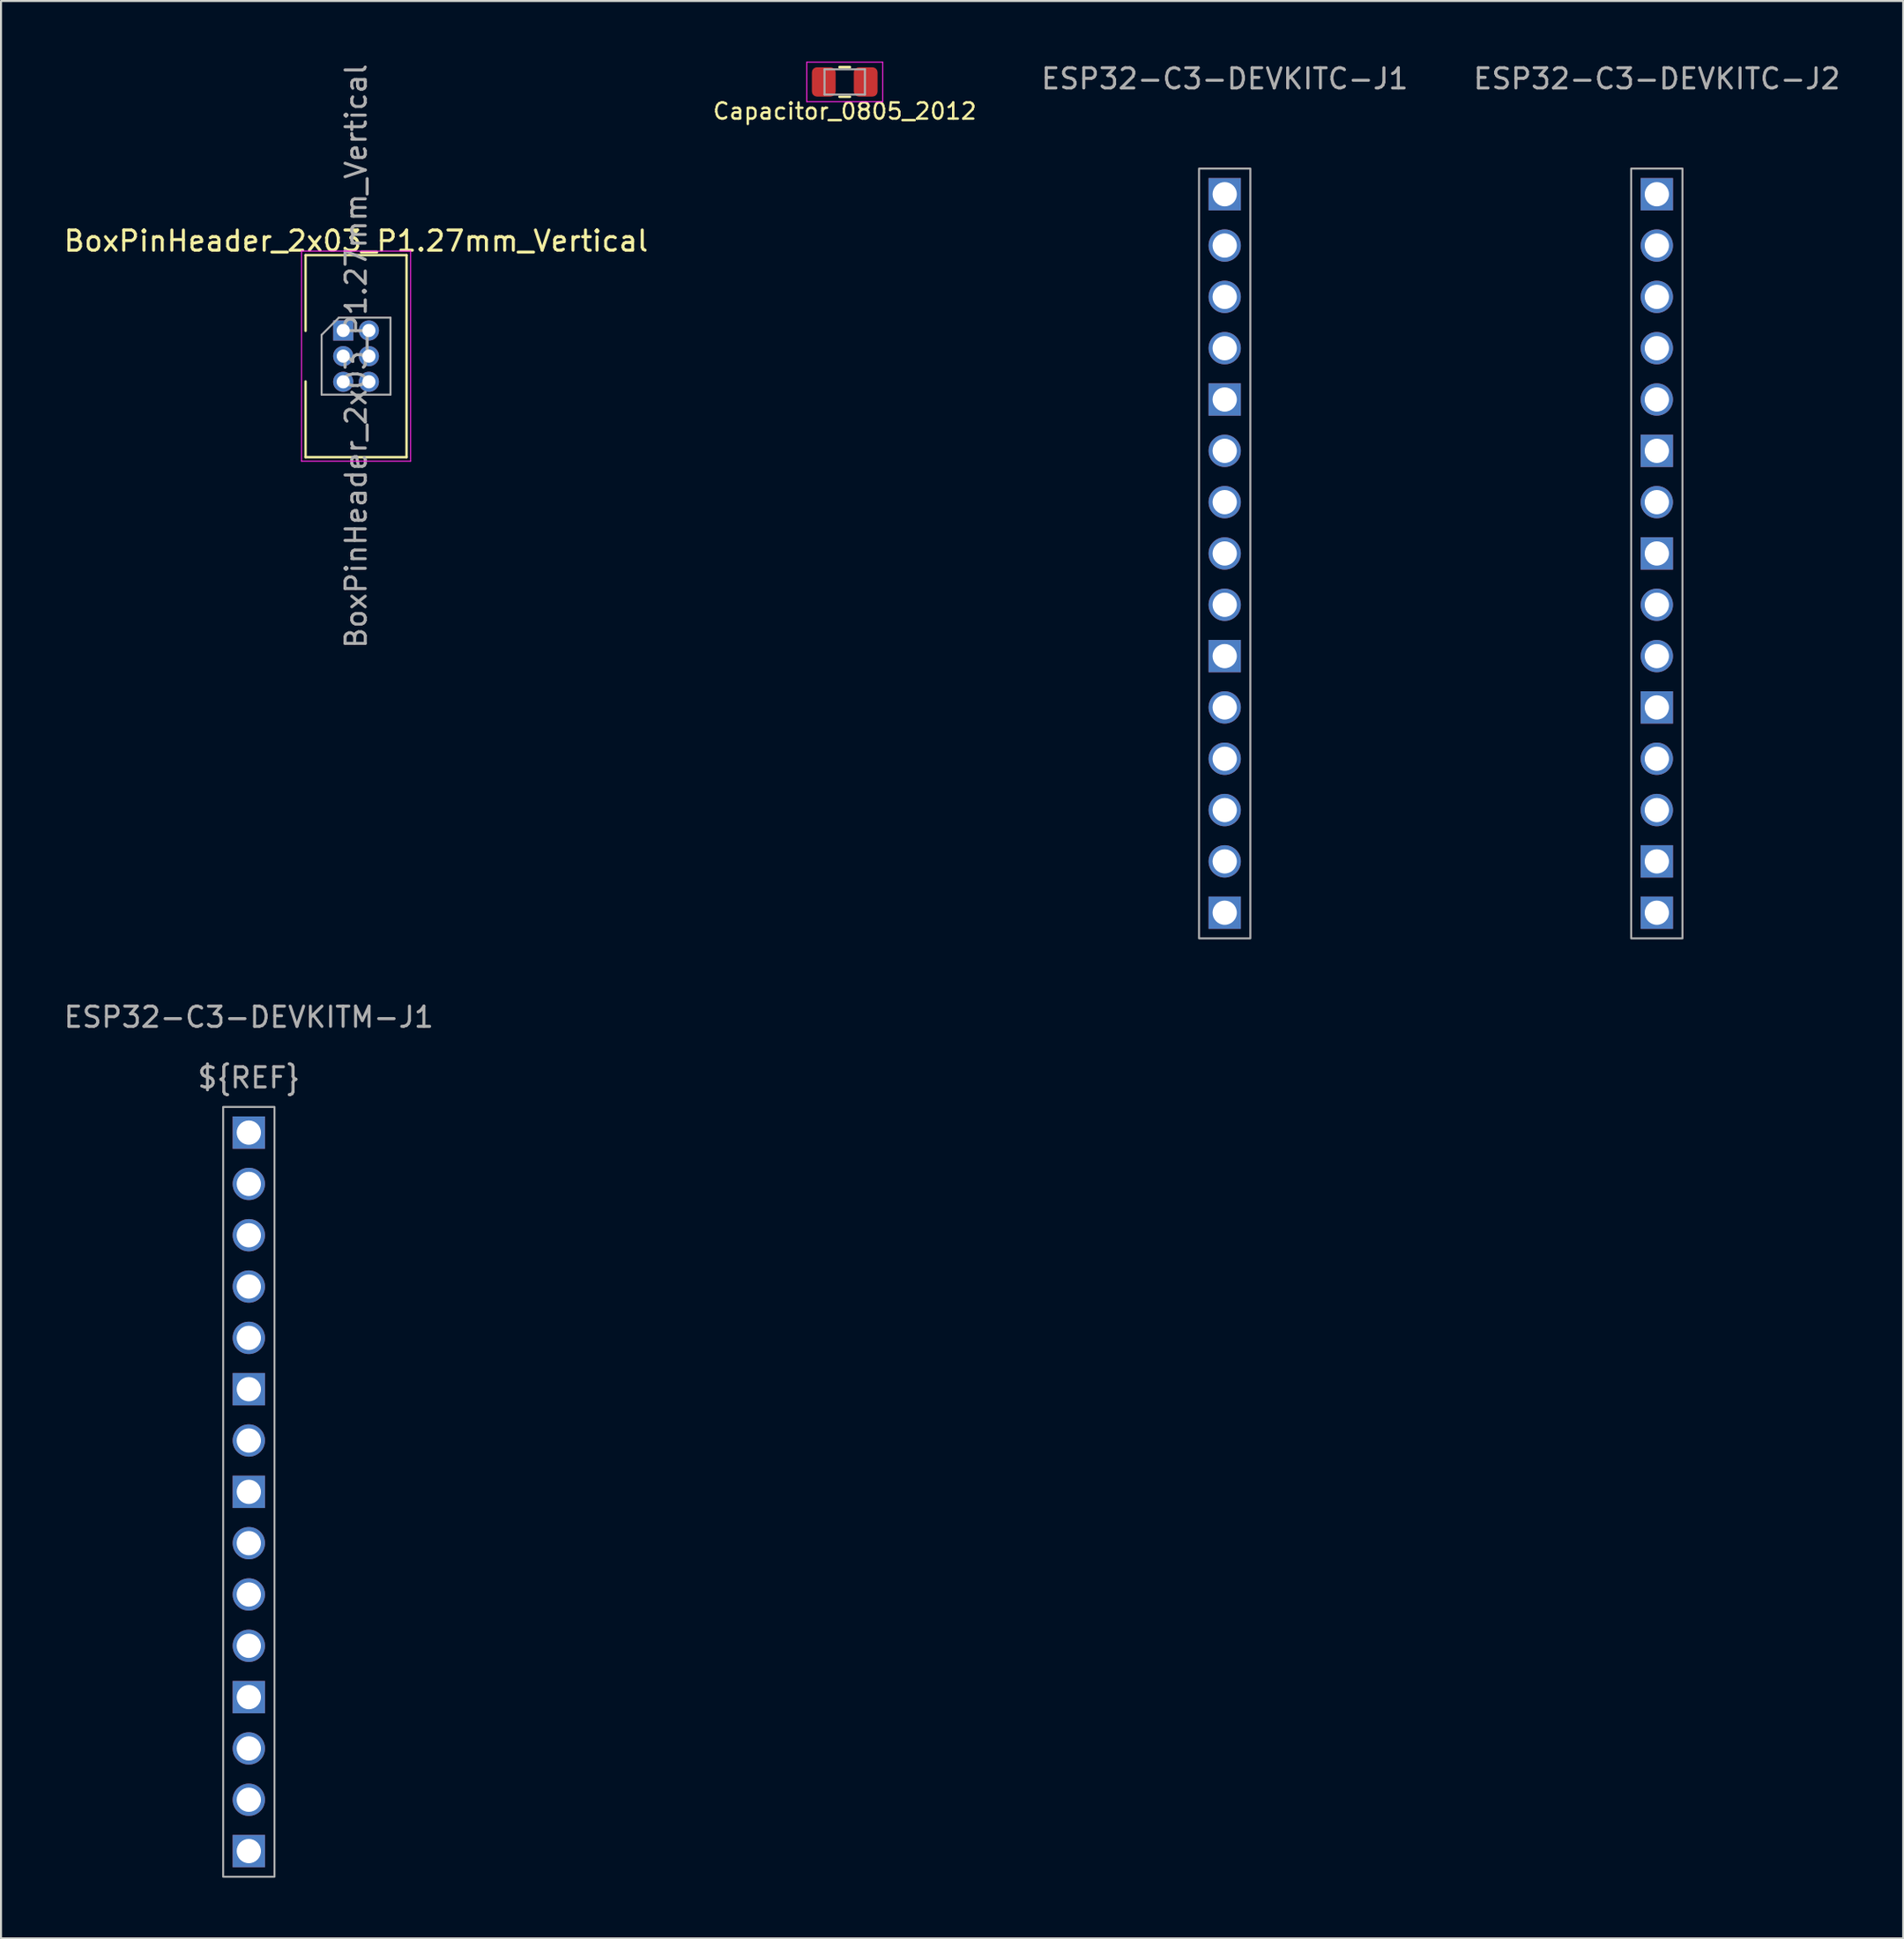
<source format=kicad_pcb>
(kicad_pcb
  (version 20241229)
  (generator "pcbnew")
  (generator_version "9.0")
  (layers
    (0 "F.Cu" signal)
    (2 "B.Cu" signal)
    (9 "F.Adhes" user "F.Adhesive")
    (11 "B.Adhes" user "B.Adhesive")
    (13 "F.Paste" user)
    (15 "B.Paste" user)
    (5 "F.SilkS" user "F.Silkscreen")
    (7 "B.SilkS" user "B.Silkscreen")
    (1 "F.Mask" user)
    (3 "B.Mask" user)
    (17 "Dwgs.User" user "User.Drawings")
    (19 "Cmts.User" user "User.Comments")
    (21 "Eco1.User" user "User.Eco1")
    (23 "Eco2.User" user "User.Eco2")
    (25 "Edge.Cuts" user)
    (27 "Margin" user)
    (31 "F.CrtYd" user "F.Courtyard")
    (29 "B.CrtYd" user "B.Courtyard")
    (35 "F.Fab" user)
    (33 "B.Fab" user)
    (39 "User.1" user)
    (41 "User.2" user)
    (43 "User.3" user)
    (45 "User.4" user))
  (footprint "Capacitor_0805_2012"
    (layer "F.Cu")
    (at 38.769 1.005)
    (property "Reference" "Capacitor_0805_2012" (at 0 1.45 180) (layer "F.SilkS") (effects (font (size 0.8 0.8) (thickness 0.12))))
    (attr smd)
    (fp_line (start -0.261 -0.735) (end 0.261 -0.735) (stroke (width 0.12) (type solid)) (layer "F.SilkS"))
    (fp_line (start -0.261 0.735) (end 0.261 0.735) (stroke (width 0.12) (type solid)) (layer "F.SilkS"))
    (fp_line (start -1.88 -0.98) (end 1.88 -0.98) (stroke (width 0.05) (type solid)) (layer "F.CrtYd"))
    (fp_line (start -1.88 0.98) (end -1.88 -0.98) (stroke (width 0.05) (type solid)) (layer "F.CrtYd"))
    (fp_line (start 1.88 -0.98) (end 1.88 0.98) (stroke (width 0.05) (type solid)) (layer "F.CrtYd"))
    (fp_line (start 1.88 0.98) (end -1.88 0.98) (stroke (width 0.05) (type solid)) (layer "F.CrtYd"))
    (fp_line (start -1 -0.625) (end 1 -0.625) (stroke (width 0.1) (type solid)) (layer "F.Fab"))
    (fp_line (start -1 0.625) (end -1 -0.625) (stroke (width 0.1) (type solid)) (layer "F.Fab"))
    (fp_line (start 1 -0.625) (end 1 0.625) (stroke (width 0.1) (type solid)) (layer "F.Fab"))
    (fp_line (start 1 0.625) (end -1 0.625) (stroke (width 0.1) (type solid)) (layer "F.Fab"))
    (pad "1" smd roundrect (at -1.038 0) (size 1.175 1.45) (layers "F.Cu" "F.Mask" "F.Paste") (roundrect_rratio 0.213))
    (pad "2" smd roundrect (at 1.038 0) (size 1.175 1.45) (layers "F.Cu" "F.Mask" "F.Paste") (roundrect_rratio 0.213)))
  (footprint "ESP32-C3-DEVKITC-J2"
    (layer "F.Cu")
    (at 77.703 5.293)
    (property "Reference" "ESP32-C3-DEVKITC-J2" (at 1.27 -4.445 0) (unlocked yes) (layer "F.Fab") (effects (font (size 1 1) (thickness 0.15))))
    (attr smd)
    (fp_rect (start 0 0) (end 2.54 38.1) (stroke (width 0.1) (type solid)) (fill no) (layer "F.Fab"))
    (pad "1" thru_hole rect (at 1.27 1.27) (size 1.6 1.6) (drill 1.2) (layers "*.Cu" "*.Mask"))
    (pad "2" thru_hole circle (at 1.27 3.81) (size 1.6 1.6) (drill 1.2) (layers "*.Cu" "*.Mask"))
    (pad "3" thru_hole circle (at 1.27 6.35) (size 1.6 1.6) (drill 1.2) (layers "*.Cu" "*.Mask"))
    (pad "4" thru_hole circle (at 1.27 8.89) (size 1.6 1.6) (drill 1.2) (layers "*.Cu" "*.Mask"))
    (pad "5" thru_hole circle (at 1.27 11.43) (size 1.6 1.6) (drill 1.2) (layers "*.Cu" "*.Mask"))
    (pad "6" thru_hole rect (at 1.27 13.97) (size 1.6 1.6) (drill 1.2) (layers "*.Cu" "*.Mask"))
    (pad "7" thru_hole circle (at 1.27 16.51) (size 1.6 1.6) (drill 1.2) (layers "*.Cu" "*.Mask"))
    (pad "8" thru_hole rect (at 1.27 19.05) (size 1.6 1.6) (drill 1.2) (layers "*.Cu" "*.Mask"))
    (pad "9" thru_hole circle (at 1.27 21.59) (size 1.6 1.6) (drill 1.2) (layers "*.Cu" "*.Mask"))
    (pad "10" thru_hole circle (at 1.27 24.13) (size 1.6 1.6) (drill 1.2) (layers "*.Cu" "*.Mask"))
    (pad "11" thru_hole rect (at 1.27 26.67) (size 1.6 1.6) (drill 1.2) (layers "*.Cu" "*.Mask"))
    (pad "12" thru_hole circle (at 1.27 29.21) (size 1.6 1.6) (drill 1.2) (layers "*.Cu" "*.Mask"))
    (pad "13" thru_hole circle (at 1.27 31.75) (size 1.6 1.6) (drill 1.2) (layers "*.Cu" "*.Mask"))
    (pad "14" thru_hole rect (at 1.27 34.29) (size 1.6 1.6) (drill 1.2) (layers "*.Cu" "*.Mask"))
    (pad "15" thru_hole rect (at 1.27 36.83) (size 1.6 1.6) (drill 1.2) (layers "*.Cu" "*.Mask")))
  (footprint "ESP32-C3-DEVKITC-J1"
    (layer "F.Cu")
    (at 56.31 5.293)
    (property "Reference" "ESP32-C3-DEVKITC-J1" (at 1.27 -4.445 0) (unlocked yes) (layer "F.Fab") (effects (font (size 1 1) (thickness 0.15))))
    (attr smd)
    (fp_rect (start 0 0) (end 2.54 38.1) (stroke (width 0.1) (type solid)) (fill no) (layer "F.Fab"))
    (pad "1" thru_hole rect (at 1.27 1.27) (size 1.6 1.6) (drill 1.2) (layers "*.Cu" "*.Mask"))
    (pad "2" thru_hole circle (at 1.27 3.81) (size 1.6 1.6) (drill 1.2) (layers "*.Cu" "*.Mask"))
    (pad "3" thru_hole circle (at 1.27 6.35) (size 1.6 1.6) (drill 1.2) (layers "*.Cu" "*.Mask"))
    (pad "4" thru_hole circle (at 1.27 8.89) (size 1.6 1.6) (drill 1.2) (layers "*.Cu" "*.Mask"))
    (pad "5" thru_hole rect (at 1.27 11.43) (size 1.6 1.6) (drill 1.2) (layers "*.Cu" "*.Mask"))
    (pad "6" thru_hole circle (at 1.27 13.97) (size 1.6 1.6) (drill 1.2) (layers "*.Cu" "*.Mask"))
    (pad "7" thru_hole circle (at 1.27 16.51) (size 1.6 1.6) (drill 1.2) (layers "*.Cu" "*.Mask"))
    (pad "8" thru_hole circle (at 1.27 19.05) (size 1.6 1.6) (drill 1.2) (layers "*.Cu" "*.Mask"))
    (pad "9" thru_hole circle (at 1.27 21.59) (size 1.6 1.6) (drill 1.2) (layers "*.Cu" "*.Mask"))
    (pad "10" thru_hole rect (at 1.27 24.13) (size 1.6 1.6) (drill 1.2) (layers "*.Cu" "*.Mask"))
    (pad "11" thru_hole circle (at 1.27 26.67) (size 1.6 1.6) (drill 1.2) (layers "*.Cu" "*.Mask"))
    (pad "12" thru_hole circle (at 1.27 29.21) (size 1.6 1.6) (drill 1.2) (layers "*.Cu" "*.Mask"))
    (pad "13" thru_hole circle (at 1.27 31.75) (size 1.6 1.6) (drill 1.2) (layers "*.Cu" "*.Mask"))
    (pad "14" thru_hole circle (at 1.27 34.29) (size 1.6 1.6) (drill 1.2) (layers "*.Cu" "*.Mask"))
    (pad "15" thru_hole rect (at 1.27 36.83) (size 1.6 1.6) (drill 1.2) (layers "*.Cu" "*.Mask")))
  (footprint "BoxPinHeader_2x03_P1.27mm_Vertical"
    (layer "F.Cu")
    (at 14.577 14.577)
    (property "Reference" "BoxPinHeader_2x03_P1.27mm_Vertical" (at 0 -5.7 0) (layer "F.SilkS") (effects (font (size 1 1) (thickness 0.15))))
    (attr through_hole)
    (fp_line (start -2.5 -5) (end -2.5 -1.25) (stroke (width 0.12) (type solid)) (layer "F.SilkS"))
    (fp_line (start -2.5 -5) (end 2.5 -5) (stroke (width 0.12) (type solid)) (layer "F.SilkS"))
    (fp_line (start -2.5 1.25) (end -2.5 5) (stroke (width 0.12) (type solid)) (layer "F.SilkS"))
    (fp_line (start -2.5 5) (end 2.5 5) (stroke (width 0.12) (type solid)) (layer "F.SilkS"))
    (fp_line (start 2.5 -5) (end 2.5 5) (stroke (width 0.12) (type solid)) (layer "F.SilkS"))
    (fp_line (start -2.7 -5.2) (end -2.7 5.2) (stroke (width 0.05) (type solid)) (layer "F.CrtYd"))
    (fp_line (start -2.7 5.2) (end 2.7 5.2) (stroke (width 0.05) (type solid)) (layer "F.CrtYd"))
    (fp_line (start 2.7 -5.2) (end -2.7 -5.2) (stroke (width 0.05) (type solid)) (layer "F.CrtYd"))
    (fp_line (start 2.7 5.2) (end 2.7 -5.2) (stroke (width 0.05) (type solid)) (layer "F.CrtYd"))
    (fp_line (start -1.705 -1.052) (end -0.853 -1.905) (stroke (width 0.1) (type solid)) (layer "F.Fab"))
    (fp_line (start -1.705 1.905) (end -1.705 -1.052) (stroke (width 0.1) (type solid)) (layer "F.Fab"))
    (fp_line (start -0.853 -1.905) (end 1.705 -1.905) (stroke (width 0.1) (type solid)) (layer "F.Fab"))
    (fp_line (start 1.705 -1.905) (end 1.705 1.905) (stroke (width 0.1) (type solid)) (layer "F.Fab"))
    (fp_line (start 1.705 1.905) (end -1.705 1.905) (stroke (width 0.1) (type solid)) (layer "F.Fab"))
    (fp_text user "${REFERENCE}" (at 0 0 90) (layer "F.Fab") (effects (font (size 1 1) (thickness 0.15))))
    (pad "1" thru_hole rect (at -0.635 -1.27) (size 1 1) (drill 0.65) (layers "*.Cu" "*.Mask"))
    (pad "2" thru_hole oval (at 0.635 -1.27) (size 1 1) (drill 0.65) (layers "*.Cu" "*.Mask"))
    (pad "3" thru_hole oval (at -0.635 0) (size 1 1) (drill 0.65) (layers "*.Cu" "*.Mask"))
    (pad "4" thru_hole oval (at 0.635 0) (size 1 1) (drill 0.65) (layers "*.Cu" "*.Mask"))
    (pad "5" thru_hole oval (at -0.635 1.27) (size 1 1) (drill 0.65) (layers "*.Cu" "*.Mask"))
    (pad "6" thru_hole oval (at 0.635 1.27) (size 1 1) (drill 0.65) (layers "*.Cu" "*.Mask")))
  (footprint "ESP32-C3-DEVKITM-J1"
    (layer "F.Cu")
    (at 7.998 51.736)
    (property "Reference" "ESP32-C3-DEVKITM-J1" (at 1.27 -4.445 0) (unlocked yes) (layer "F.Fab") (effects (font (size 1 1) (thickness 0.15))))
    (attr smd)
    (fp_rect (start 0 0) (end 2.54 38.1) (stroke (width 0.1) (type solid)) (fill no) (layer "F.Fab"))
    (fp_text user "${REF}" (at 1.27 -1.445 0) (unlocked yes) (layer "F.Fab") (effects (font (size 1 1) (thickness 0.15))))
    (pad "1" thru_hole rect (at 1.27 1.27) (size 1.6 1.6) (drill 1.2) (layers "*.Cu" "*.Mask"))
    (pad "2" thru_hole circle (at 1.27 3.81) (size 1.6 1.6) (drill 1.2) (layers "*.Cu" "*.Mask"))
    (pad "3" thru_hole circle (at 1.27 6.35) (size 1.6 1.6) (drill 1.2) (layers "*.Cu" "*.Mask"))
    (pad "4" thru_hole circle (at 1.27 8.89) (size 1.6 1.6) (drill 1.2) (layers "*.Cu" "*.Mask"))
    (pad "5" thru_hole circle (at 1.27 11.43) (size 1.6 1.6) (drill 1.2) (layers "*.Cu" "*.Mask"))
    (pad "6" thru_hole rect (at 1.27 13.97) (size 1.6 1.6) (drill 1.2) (layers "*.Cu" "*.Mask"))
    (pad "7" thru_hole circle (at 1.27 16.51) (size 1.6 1.6) (drill 1.2) (layers "*.Cu" "*.Mask"))
    (pad "8" thru_hole rect (at 1.27 19.05) (size 1.6 1.6) (drill 1.2) (layers "*.Cu" "*.Mask"))
    (pad "9" thru_hole circle (at 1.27 21.59) (size 1.6 1.6) (drill 1.2) (layers "*.Cu" "*.Mask"))
    (pad "10" thru_hole circle (at 1.27 24.13) (size 1.6 1.6) (drill 1.2) (layers "*.Cu" "*.Mask"))
    (pad "11" thru_hole circle (at 1.27 26.67) (size 1.6 1.6) (drill 1.2) (layers "*.Cu" "*.Mask"))
    (pad "12" thru_hole rect (at 1.27 29.21) (size 1.6 1.6) (drill 1.2) (layers "*.Cu" "*.Mask"))
    (pad "13" thru_hole circle (at 1.27 31.75) (size 1.6 1.6) (drill 1.2) (layers "*.Cu" "*.Mask"))
    (pad "14" thru_hole circle (at 1.27 34.29) (size 1.6 1.6) (drill 1.2) (layers "*.Cu" "*.Mask"))
    (pad "15" thru_hole rect (at 1.27 36.83) (size 1.6 1.6) (drill 1.2) (layers "*.Cu" "*.Mask")))
  (gr_rect
    (start -3 -3)
    (end 91.169 92.886)
    (stroke (width 0.1) (type default))
    (fill no)
    (layer "Edge.Cuts")))
</source>
